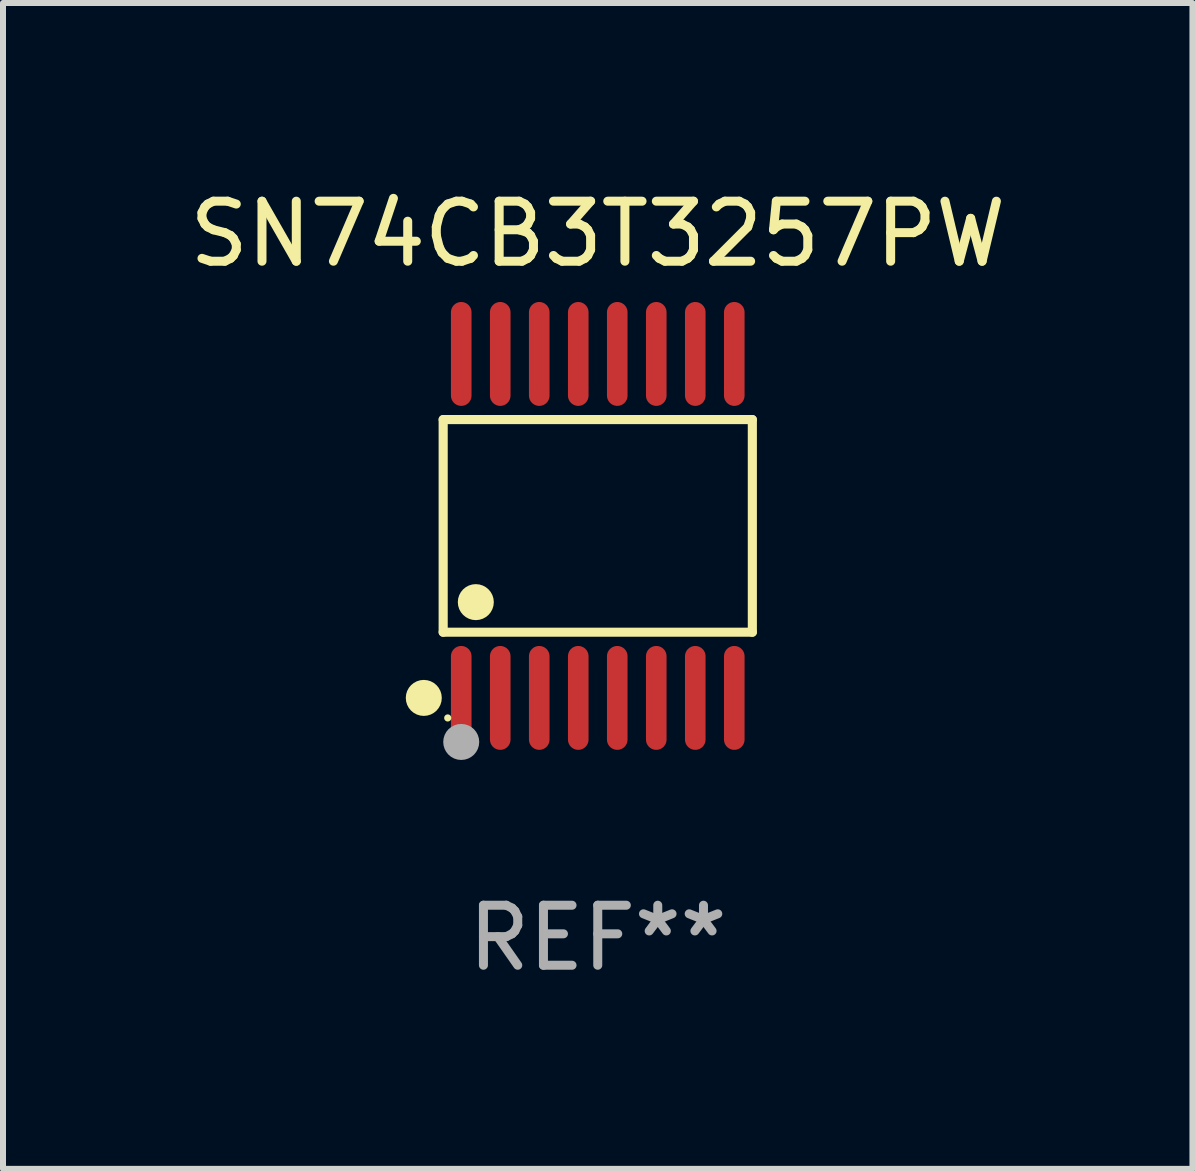
<source format=kicad_pcb>
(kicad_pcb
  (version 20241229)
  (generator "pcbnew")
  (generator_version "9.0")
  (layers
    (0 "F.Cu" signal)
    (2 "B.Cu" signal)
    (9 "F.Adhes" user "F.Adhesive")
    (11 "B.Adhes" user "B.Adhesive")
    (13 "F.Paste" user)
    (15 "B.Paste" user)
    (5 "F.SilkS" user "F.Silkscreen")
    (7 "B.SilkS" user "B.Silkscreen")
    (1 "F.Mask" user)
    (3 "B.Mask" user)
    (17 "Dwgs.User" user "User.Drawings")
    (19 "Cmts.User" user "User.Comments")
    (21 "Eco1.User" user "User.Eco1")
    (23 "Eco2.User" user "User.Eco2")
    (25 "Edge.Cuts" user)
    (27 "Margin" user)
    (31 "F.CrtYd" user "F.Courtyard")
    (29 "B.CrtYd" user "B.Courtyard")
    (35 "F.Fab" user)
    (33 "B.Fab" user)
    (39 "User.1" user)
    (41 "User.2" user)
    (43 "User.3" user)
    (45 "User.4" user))
  (footprint "SN74CB3T3257PW"
    (layer "F.Cu")
    (at 6.911 5.714)
    (property "Reference" "SN74CB3T3257PW" (at 0 -4.866 0) (layer "F.SilkS") (effects (font (size 1 1) (thickness 0.15))))
    (attr through_hole)
    (fp_line (start -2.576 -1.772) (end 2.576 -1.772) (stroke (width 0.152) (type solid)) (layer "F.SilkS"))
    (fp_line (start -2.576 1.771) (end -2.576 -1.772) (stroke (width 0.152) (type solid)) (layer "F.SilkS"))
    (fp_line (start 2.576 -1.772) (end 2.576 1.771) (stroke (width 0.152) (type solid)) (layer "F.SilkS"))
    (fp_line (start 2.576 1.771) (end -2.576 1.771) (stroke (width 0.152) (type solid)) (layer "F.SilkS"))
    (fp_circle (center -2.899 2.866) (end -2.749 2.866) (stroke (width 0.3) (type solid)) (fill no) (layer "F.SilkS"))
    (fp_circle (center -2.5 3.2) (end -2.47 3.2) (stroke (width 0.06) (type solid)) (fill no) (layer "F.SilkS"))
    (fp_circle (center -2.032 1.27) (end -1.882 1.27) (stroke (width 0.3) (type solid)) (fill no) (layer "F.SilkS"))
    (fp_circle (center -2.275 3.6) (end -2.125 3.6) (stroke (width 0.3) (type solid)) (fill no) (layer "F.Fab"))
    (fp_text user "REF**" (at 0 6.866 0) (layer "F.Fab") (effects (font (size 1 1) (thickness 0.15))))
    (pad "1" smd oval (at -2.275 2.866) (size 0.343 1.731) (layers "F.Cu" "F.Mask" "F.Paste"))
    (pad "2" smd oval (at -1.625 2.866) (size 0.343 1.731) (layers "F.Cu" "F.Mask" "F.Paste"))
    (pad "3" smd oval (at -0.975 2.866) (size 0.343 1.731) (layers "F.Cu" "F.Mask" "F.Paste"))
    (pad "4" smd oval (at -0.325 2.866) (size 0.343 1.731) (layers "F.Cu" "F.Mask" "F.Paste"))
    (pad "5" smd oval (at 0.325 2.866) (size 0.343 1.731) (layers "F.Cu" "F.Mask" "F.Paste"))
    (pad "6" smd oval (at 0.975 2.866) (size 0.343 1.731) (layers "F.Cu" "F.Mask" "F.Paste"))
    (pad "7" smd oval (at 1.625 2.866) (size 0.343 1.731) (layers "F.Cu" "F.Mask" "F.Paste"))
    (pad "8" smd oval (at 2.275 2.866) (size 0.343 1.731) (layers "F.Cu" "F.Mask" "F.Paste"))
    (pad "9" smd oval (at 2.275 -2.866) (size 0.343 1.731) (layers "F.Cu" "F.Mask" "F.Paste"))
    (pad "10" smd oval (at 1.625 -2.866) (size 0.343 1.731) (layers "F.Cu" "F.Mask" "F.Paste"))
    (pad "11" smd oval (at 0.975 -2.866) (size 0.343 1.731) (layers "F.Cu" "F.Mask" "F.Paste"))
    (pad "12" smd oval (at 0.325 -2.866) (size 0.343 1.731) (layers "F.Cu" "F.Mask" "F.Paste"))
    (pad "13" smd oval (at -0.325 -2.866) (size 0.343 1.731) (layers "F.Cu" "F.Mask" "F.Paste"))
    (pad "14" smd oval (at -0.975 -2.866) (size 0.343 1.731) (layers "F.Cu" "F.Mask" "F.Paste"))
    (pad "15" smd oval (at -1.625 -2.866) (size 0.343 1.731) (layers "F.Cu" "F.Mask" "F.Paste"))
    (pad "16" smd oval (at -2.275 -2.866) (size 0.343 1.731) (layers "F.Cu" "F.Mask" "F.Paste")))
  (gr_rect
    (start -3 -3)
    (end 16.821 16.428)
    (stroke (width 0.1) (type default))
    (fill no)
    (layer "Edge.Cuts")))
</source>
